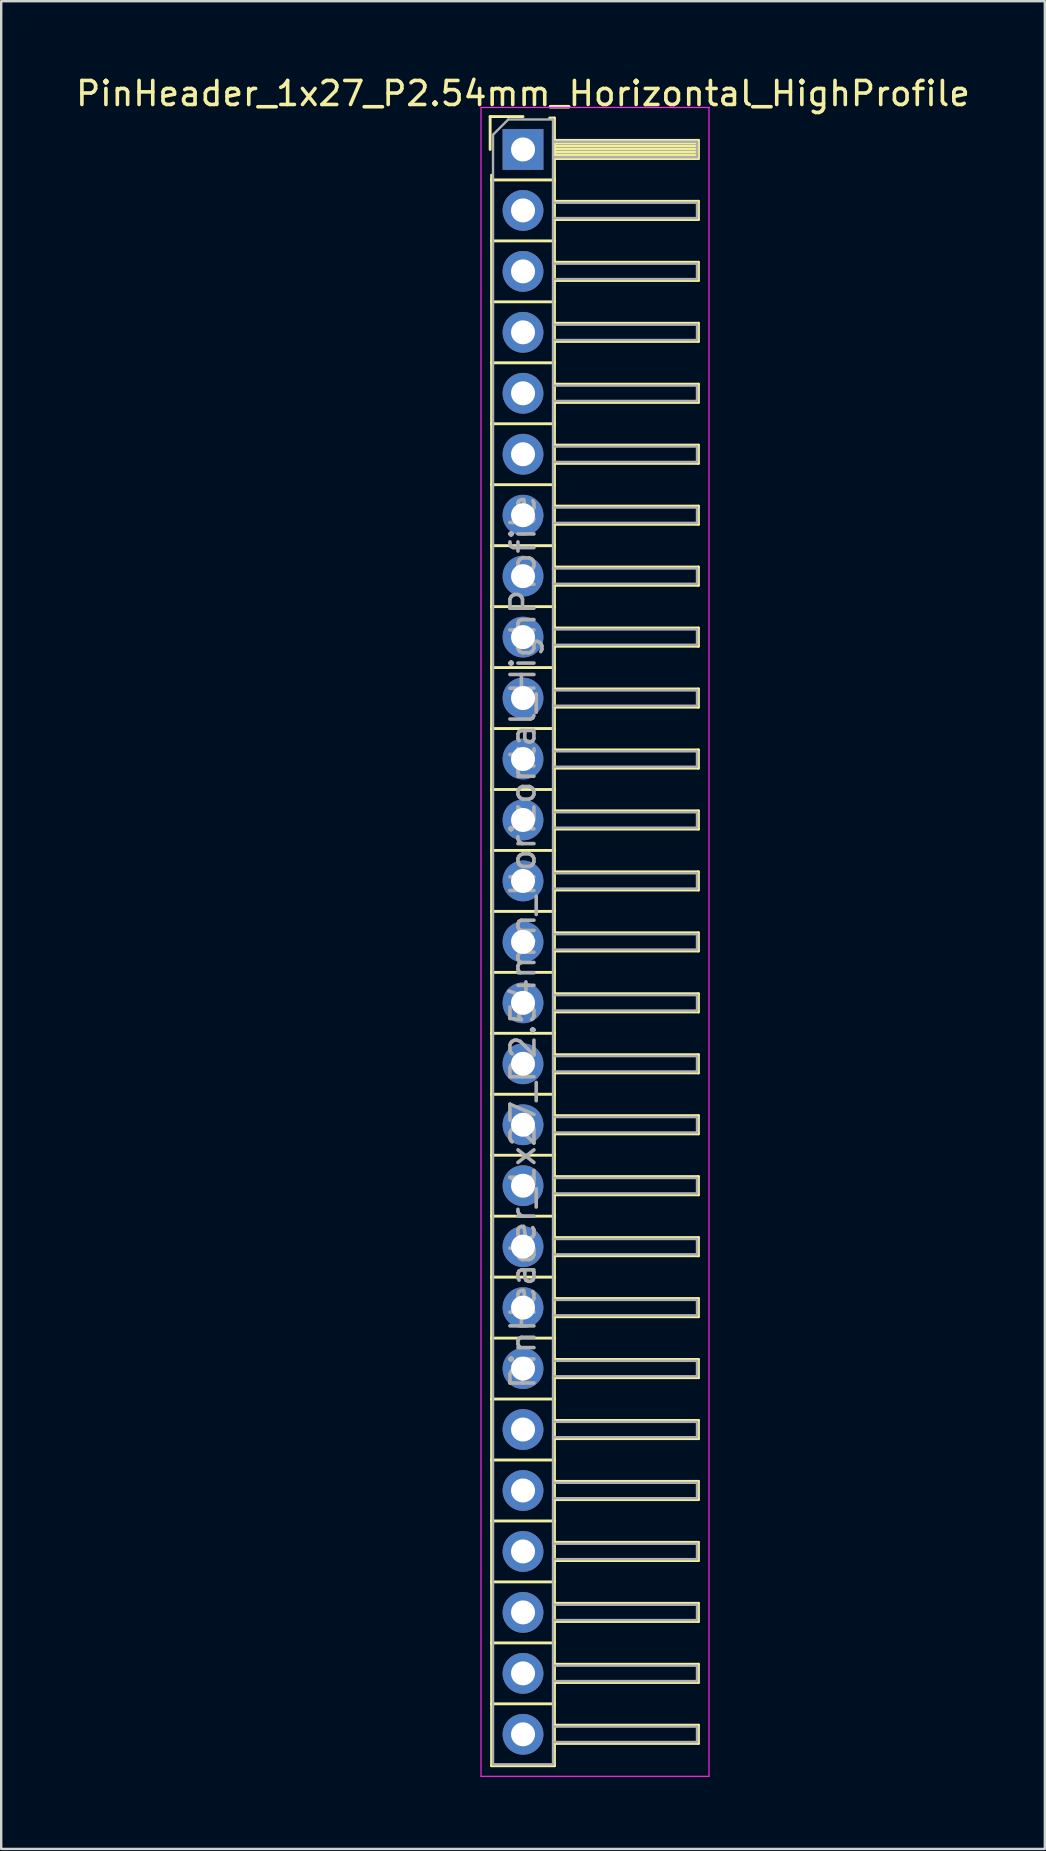
<source format=kicad_pcb>
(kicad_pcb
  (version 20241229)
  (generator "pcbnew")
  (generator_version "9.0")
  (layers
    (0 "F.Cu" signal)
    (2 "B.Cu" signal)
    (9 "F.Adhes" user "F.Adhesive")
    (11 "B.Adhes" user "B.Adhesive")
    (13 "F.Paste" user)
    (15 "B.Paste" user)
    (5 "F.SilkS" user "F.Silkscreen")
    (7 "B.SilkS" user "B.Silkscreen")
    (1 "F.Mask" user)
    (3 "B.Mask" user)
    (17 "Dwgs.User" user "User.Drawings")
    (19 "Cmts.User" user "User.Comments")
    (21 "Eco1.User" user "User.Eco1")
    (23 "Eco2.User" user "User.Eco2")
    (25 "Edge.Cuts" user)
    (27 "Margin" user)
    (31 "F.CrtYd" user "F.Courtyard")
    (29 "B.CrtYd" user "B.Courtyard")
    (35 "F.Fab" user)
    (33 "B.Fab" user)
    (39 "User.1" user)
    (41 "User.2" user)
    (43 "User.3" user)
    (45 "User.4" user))
  (footprint "PinHeader_1x27_P2.54mm_Horizontal_HighProfile"
    (layer "F.Cu")
    (at 18.744 3.178)
    (property "Reference" "PinHeader_1x27_P2.54mm_Horizontal_HighProfile" (at 0 -2.33 0) (layer "F.SilkS") (effects (font (size 1 1) (thickness 0.15))))
    (attr through_hole)
    (fp_line (start -1.37 -1.37) (end -1.37 0) (stroke (width 0.12) (type solid)) (layer "F.SilkS"))
    (fp_line (start -1.37 -1.37) (end 0 -1.37) (stroke (width 0.12) (type solid)) (layer "F.SilkS"))
    (fp_line (start -1.31 1.27) (end -1.31 1.07) (stroke (width 0.12) (type solid)) (layer "F.SilkS"))
    (fp_line (start -1.31 1.27) (end -1.31 3.81) (stroke (width 0.12) (type solid)) (layer "F.SilkS"))
    (fp_line (start -1.31 1.27) (end 1.31 1.27) (stroke (width 0.12) (type solid)) (layer "F.SilkS"))
    (fp_line (start -1.31 3.81) (end -1.31 6.35) (stroke (width 0.12) (type solid)) (layer "F.SilkS"))
    (fp_line (start -1.31 3.81) (end 1.31 3.81) (stroke (width 0.12) (type solid)) (layer "F.SilkS"))
    (fp_line (start -1.31 6.35) (end -1.31 8.89) (stroke (width 0.12) (type solid)) (layer "F.SilkS"))
    (fp_line (start -1.31 6.35) (end 1.31 6.35) (stroke (width 0.12) (type solid)) (layer "F.SilkS"))
    (fp_line (start -1.31 8.89) (end -1.31 11.43) (stroke (width 0.12) (type solid)) (layer "F.SilkS"))
    (fp_line (start -1.31 8.89) (end 1.31 8.89) (stroke (width 0.12) (type solid)) (layer "F.SilkS"))
    (fp_line (start -1.31 11.43) (end -1.31 13.97) (stroke (width 0.12) (type solid)) (layer "F.SilkS"))
    (fp_line (start -1.31 11.43) (end 1.31 11.43) (stroke (width 0.12) (type solid)) (layer "F.SilkS"))
    (fp_line (start -1.31 13.97) (end -1.31 16.51) (stroke (width 0.12) (type solid)) (layer "F.SilkS"))
    (fp_line (start -1.31 13.97) (end 1.31 13.97) (stroke (width 0.12) (type solid)) (layer "F.SilkS"))
    (fp_line (start -1.31 16.51) (end -1.31 19.05) (stroke (width 0.12) (type solid)) (layer "F.SilkS"))
    (fp_line (start -1.31 16.51) (end 1.31 16.51) (stroke (width 0.12) (type solid)) (layer "F.SilkS"))
    (fp_line (start -1.31 19.05) (end -1.31 21.59) (stroke (width 0.12) (type solid)) (layer "F.SilkS"))
    (fp_line (start -1.31 19.05) (end 1.31 19.05) (stroke (width 0.12) (type solid)) (layer "F.SilkS"))
    (fp_line (start -1.31 21.59) (end -1.31 24.13) (stroke (width 0.12) (type solid)) (layer "F.SilkS"))
    (fp_line (start -1.31 21.59) (end 1.31 21.59) (stroke (width 0.12) (type solid)) (layer "F.SilkS"))
    (fp_line (start -1.31 24.13) (end -1.31 26.67) (stroke (width 0.12) (type solid)) (layer "F.SilkS"))
    (fp_line (start -1.31 24.13) (end 1.31 24.13) (stroke (width 0.12) (type solid)) (layer "F.SilkS"))
    (fp_line (start -1.31 26.67) (end -1.31 29.21) (stroke (width 0.12) (type solid)) (layer "F.SilkS"))
    (fp_line (start -1.31 26.67) (end 1.31 26.67) (stroke (width 0.12) (type solid)) (layer "F.SilkS"))
    (fp_line (start -1.31 29.21) (end -1.31 31.75) (stroke (width 0.12) (type solid)) (layer "F.SilkS"))
    (fp_line (start -1.31 29.21) (end 1.31 29.21) (stroke (width 0.12) (type solid)) (layer "F.SilkS"))
    (fp_line (start -1.31 31.75) (end -1.31 34.29) (stroke (width 0.12) (type solid)) (layer "F.SilkS"))
    (fp_line (start -1.31 31.75) (end 1.31 31.75) (stroke (width 0.12) (type solid)) (layer "F.SilkS"))
    (fp_line (start -1.31 34.29) (end -1.31 36.83) (stroke (width 0.12) (type solid)) (layer "F.SilkS"))
    (fp_line (start -1.31 34.29) (end 1.31 34.29) (stroke (width 0.12) (type solid)) (layer "F.SilkS"))
    (fp_line (start -1.31 36.83) (end -1.31 39.37) (stroke (width 0.12) (type solid)) (layer "F.SilkS"))
    (fp_line (start -1.31 36.83) (end 1.31 36.83) (stroke (width 0.12) (type solid)) (layer "F.SilkS"))
    (fp_line (start -1.31 39.37) (end -1.31 41.91) (stroke (width 0.12) (type solid)) (layer "F.SilkS"))
    (fp_line (start -1.31 39.37) (end 1.31 39.37) (stroke (width 0.12) (type solid)) (layer "F.SilkS"))
    (fp_line (start -1.31 41.91) (end -1.31 44.45) (stroke (width 0.12) (type solid)) (layer "F.SilkS"))
    (fp_line (start -1.31 41.91) (end 1.31 41.91) (stroke (width 0.12) (type solid)) (layer "F.SilkS"))
    (fp_line (start -1.31 44.45) (end -1.31 46.99) (stroke (width 0.12) (type solid)) (layer "F.SilkS"))
    (fp_line (start -1.31 44.45) (end 1.31 44.45) (stroke (width 0.12) (type solid)) (layer "F.SilkS"))
    (fp_line (start -1.31 46.99) (end -1.31 49.53) (stroke (width 0.12) (type solid)) (layer "F.SilkS"))
    (fp_line (start -1.31 46.99) (end 1.31 46.99) (stroke (width 0.12) (type solid)) (layer "F.SilkS"))
    (fp_line (start -1.31 49.53) (end -1.31 52.07) (stroke (width 0.12) (type solid)) (layer "F.SilkS"))
    (fp_line (start -1.31 49.53) (end 1.31 49.53) (stroke (width 0.12) (type solid)) (layer "F.SilkS"))
    (fp_line (start -1.31 52.07) (end -1.31 54.61) (stroke (width 0.12) (type solid)) (layer "F.SilkS"))
    (fp_line (start -1.31 52.07) (end 1.31 52.07) (stroke (width 0.12) (type solid)) (layer "F.SilkS"))
    (fp_line (start -1.31 54.61) (end -1.31 57.15) (stroke (width 0.12) (type solid)) (layer "F.SilkS"))
    (fp_line (start -1.31 54.61) (end 1.31 54.61) (stroke (width 0.12) (type solid)) (layer "F.SilkS"))
    (fp_line (start -1.31 57.15) (end -1.31 59.69) (stroke (width 0.12) (type solid)) (layer "F.SilkS"))
    (fp_line (start -1.31 57.15) (end 1.31 57.15) (stroke (width 0.12) (type solid)) (layer "F.SilkS"))
    (fp_line (start -1.31 59.69) (end -1.31 62.23) (stroke (width 0.12) (type solid)) (layer "F.SilkS"))
    (fp_line (start -1.31 59.69) (end 1.31 59.69) (stroke (width 0.12) (type solid)) (layer "F.SilkS"))
    (fp_line (start -1.31 62.23) (end -1.31 64.77) (stroke (width 0.12) (type solid)) (layer "F.SilkS"))
    (fp_line (start -1.31 62.23) (end 1.31 62.23) (stroke (width 0.12) (type solid)) (layer "F.SilkS"))
    (fp_line (start -1.31 64.77) (end -1.31 67.35) (stroke (width 0.12) (type solid)) (layer "F.SilkS"))
    (fp_line (start -1.31 64.77) (end 1.31 64.77) (stroke (width 0.12) (type solid)) (layer "F.SilkS"))
    (fp_line (start -1.31 67.35) (end 1.31 67.35) (stroke (width 0.12) (type solid)) (layer "F.SilkS"))
    (fp_line (start 1.11 -1.31) (end 1.31 -1.31) (stroke (width 0.12) (type solid)) (layer "F.SilkS"))
    (fp_line (start 1.31 -1.31) (end 1.31 1.31) (stroke (width 0.12) (type solid)) (layer "F.SilkS"))
    (fp_line (start 1.31 -0.38) (end 7.31 -0.38) (stroke (width 0.12) (type solid)) (layer "F.SilkS"))
    (fp_line (start 1.31 -0.26) (end 7.31 -0.26) (stroke (width 0.12) (type solid)) (layer "F.SilkS"))
    (fp_line (start 1.31 -0.14) (end 7.31 -0.14) (stroke (width 0.12) (type solid)) (layer "F.SilkS"))
    (fp_line (start 1.31 -0.02) (end 7.31 -0.02) (stroke (width 0.12) (type solid)) (layer "F.SilkS"))
    (fp_line (start 1.31 0.1) (end 7.31 0.1) (stroke (width 0.12) (type solid)) (layer "F.SilkS"))
    (fp_line (start 1.31 0.22) (end 7.31 0.22) (stroke (width 0.12) (type solid)) (layer "F.SilkS"))
    (fp_line (start 1.31 0.34) (end 7.31 0.34) (stroke (width 0.12) (type solid)) (layer "F.SilkS"))
    (fp_line (start 1.31 0.38) (end 7.31 0.38) (stroke (width 0.12) (type solid)) (layer "F.SilkS"))
    (fp_line (start 1.31 1.27) (end 1.31 3.81) (stroke (width 0.12) (type solid)) (layer "F.SilkS"))
    (fp_line (start 1.31 2.16) (end 7.31 2.16) (stroke (width 0.12) (type solid)) (layer "F.SilkS"))
    (fp_line (start 1.31 2.92) (end 7.31 2.92) (stroke (width 0.12) (type solid)) (layer "F.SilkS"))
    (fp_line (start 1.31 3.81) (end 1.31 6.35) (stroke (width 0.12) (type solid)) (layer "F.SilkS"))
    (fp_line (start 1.31 4.7) (end 7.31 4.7) (stroke (width 0.12) (type solid)) (layer "F.SilkS"))
    (fp_line (start 1.31 5.46) (end 7.31 5.46) (stroke (width 0.12) (type solid)) (layer "F.SilkS"))
    (fp_line (start 1.31 6.35) (end 1.31 8.89) (stroke (width 0.12) (type solid)) (layer "F.SilkS"))
    (fp_line (start 1.31 7.24) (end 7.31 7.24) (stroke (width 0.12) (type solid)) (layer "F.SilkS"))
    (fp_line (start 1.31 8) (end 7.31 8) (stroke (width 0.12) (type solid)) (layer "F.SilkS"))
    (fp_line (start 1.31 8.89) (end 1.31 11.43) (stroke (width 0.12) (type solid)) (layer "F.SilkS"))
    (fp_line (start 1.31 9.78) (end 7.31 9.78) (stroke (width 0.12) (type solid)) (layer "F.SilkS"))
    (fp_line (start 1.31 10.54) (end 7.31 10.54) (stroke (width 0.12) (type solid)) (layer "F.SilkS"))
    (fp_line (start 1.31 11.43) (end 1.31 13.97) (stroke (width 0.12) (type solid)) (layer "F.SilkS"))
    (fp_line (start 1.31 12.32) (end 7.31 12.32) (stroke (width 0.12) (type solid)) (layer "F.SilkS"))
    (fp_line (start 1.31 13.08) (end 7.31 13.08) (stroke (width 0.12) (type solid)) (layer "F.SilkS"))
    (fp_line (start 1.31 13.97) (end 1.31 16.51) (stroke (width 0.12) (type solid)) (layer "F.SilkS"))
    (fp_line (start 1.31 14.86) (end 7.31 14.86) (stroke (width 0.12) (type solid)) (layer "F.SilkS"))
    (fp_line (start 1.31 15.62) (end 7.31 15.62) (stroke (width 0.12) (type solid)) (layer "F.SilkS"))
    (fp_line (start 1.31 16.51) (end 1.31 19.05) (stroke (width 0.12) (type solid)) (layer "F.SilkS"))
    (fp_line (start 1.31 17.4) (end 7.31 17.4) (stroke (width 0.12) (type solid)) (layer "F.SilkS"))
    (fp_line (start 1.31 18.16) (end 7.31 18.16) (stroke (width 0.12) (type solid)) (layer "F.SilkS"))
    (fp_line (start 1.31 19.05) (end 1.31 21.59) (stroke (width 0.12) (type solid)) (layer "F.SilkS"))
    (fp_line (start 1.31 19.94) (end 7.31 19.94) (stroke (width 0.12) (type solid)) (layer "F.SilkS"))
    (fp_line (start 1.31 20.7) (end 7.31 20.7) (stroke (width 0.12) (type solid)) (layer "F.SilkS"))
    (fp_line (start 1.31 21.59) (end 1.31 24.13) (stroke (width 0.12) (type solid)) (layer "F.SilkS"))
    (fp_line (start 1.31 22.48) (end 7.31 22.48) (stroke (width 0.12) (type solid)) (layer "F.SilkS"))
    (fp_line (start 1.31 23.24) (end 7.31 23.24) (stroke (width 0.12) (type solid)) (layer "F.SilkS"))
    (fp_line (start 1.31 24.13) (end 1.31 26.67) (stroke (width 0.12) (type solid)) (layer "F.SilkS"))
    (fp_line (start 1.31 25.02) (end 7.31 25.02) (stroke (width 0.12) (type solid)) (layer "F.SilkS"))
    (fp_line (start 1.31 25.78) (end 7.31 25.78) (stroke (width 0.12) (type solid)) (layer "F.SilkS"))
    (fp_line (start 1.31 26.67) (end 1.31 29.21) (stroke (width 0.12) (type solid)) (layer "F.SilkS"))
    (fp_line (start 1.31 27.56) (end 7.31 27.56) (stroke (width 0.12) (type solid)) (layer "F.SilkS"))
    (fp_line (start 1.31 28.32) (end 7.31 28.32) (stroke (width 0.12) (type solid)) (layer "F.SilkS"))
    (fp_line (start 1.31 29.21) (end 1.31 31.75) (stroke (width 0.12) (type solid)) (layer "F.SilkS"))
    (fp_line (start 1.31 30.1) (end 7.31 30.1) (stroke (width 0.12) (type solid)) (layer "F.SilkS"))
    (fp_line (start 1.31 30.86) (end 7.31 30.86) (stroke (width 0.12) (type solid)) (layer "F.SilkS"))
    (fp_line (start 1.31 31.75) (end 1.31 34.29) (stroke (width 0.12) (type solid)) (layer "F.SilkS"))
    (fp_line (start 1.31 32.64) (end 7.31 32.64) (stroke (width 0.12) (type solid)) (layer "F.SilkS"))
    (fp_line (start 1.31 33.4) (end 7.31 33.4) (stroke (width 0.12) (type solid)) (layer "F.SilkS"))
    (fp_line (start 1.31 34.29) (end 1.31 36.83) (stroke (width 0.12) (type solid)) (layer "F.SilkS"))
    (fp_line (start 1.31 35.18) (end 7.31 35.18) (stroke (width 0.12) (type solid)) (layer "F.SilkS"))
    (fp_line (start 1.31 35.94) (end 7.31 35.94) (stroke (width 0.12) (type solid)) (layer "F.SilkS"))
    (fp_line (start 1.31 36.83) (end 1.31 39.37) (stroke (width 0.12) (type solid)) (layer "F.SilkS"))
    (fp_line (start 1.31 37.72) (end 7.31 37.72) (stroke (width 0.12) (type solid)) (layer "F.SilkS"))
    (fp_line (start 1.31 38.48) (end 7.31 38.48) (stroke (width 0.12) (type solid)) (layer "F.SilkS"))
    (fp_line (start 1.31 39.37) (end 1.31 41.91) (stroke (width 0.12) (type solid)) (layer "F.SilkS"))
    (fp_line (start 1.31 40.26) (end 7.31 40.26) (stroke (width 0.12) (type solid)) (layer "F.SilkS"))
    (fp_line (start 1.31 41.02) (end 7.31 41.02) (stroke (width 0.12) (type solid)) (layer "F.SilkS"))
    (fp_line (start 1.31 41.91) (end 1.31 44.45) (stroke (width 0.12) (type solid)) (layer "F.SilkS"))
    (fp_line (start 1.31 42.8) (end 7.31 42.8) (stroke (width 0.12) (type solid)) (layer "F.SilkS"))
    (fp_line (start 1.31 43.56) (end 7.31 43.56) (stroke (width 0.12) (type solid)) (layer "F.SilkS"))
    (fp_line (start 1.31 44.45) (end 1.31 46.99) (stroke (width 0.12) (type solid)) (layer "F.SilkS"))
    (fp_line (start 1.31 45.34) (end 7.31 45.34) (stroke (width 0.12) (type solid)) (layer "F.SilkS"))
    (fp_line (start 1.31 46.1) (end 7.31 46.1) (stroke (width 0.12) (type solid)) (layer "F.SilkS"))
    (fp_line (start 1.31 46.99) (end 1.31 49.53) (stroke (width 0.12) (type solid)) (layer "F.SilkS"))
    (fp_line (start 1.31 47.88) (end 7.31 47.88) (stroke (width 0.12) (type solid)) (layer "F.SilkS"))
    (fp_line (start 1.31 48.64) (end 7.31 48.64) (stroke (width 0.12) (type solid)) (layer "F.SilkS"))
    (fp_line (start 1.31 49.53) (end 1.31 52.07) (stroke (width 0.12) (type solid)) (layer "F.SilkS"))
    (fp_line (start 1.31 50.42) (end 7.31 50.42) (stroke (width 0.12) (type solid)) (layer "F.SilkS"))
    (fp_line (start 1.31 51.18) (end 7.31 51.18) (stroke (width 0.12) (type solid)) (layer "F.SilkS"))
    (fp_line (start 1.31 52.07) (end 1.31 54.61) (stroke (width 0.12) (type solid)) (layer "F.SilkS"))
    (fp_line (start 1.31 52.96) (end 7.31 52.96) (stroke (width 0.12) (type solid)) (layer "F.SilkS"))
    (fp_line (start 1.31 53.72) (end 7.31 53.72) (stroke (width 0.12) (type solid)) (layer "F.SilkS"))
    (fp_line (start 1.31 54.61) (end 1.31 57.15) (stroke (width 0.12) (type solid)) (layer "F.SilkS"))
    (fp_line (start 1.31 55.5) (end 7.31 55.5) (stroke (width 0.12) (type solid)) (layer "F.SilkS"))
    (fp_line (start 1.31 56.26) (end 7.31 56.26) (stroke (width 0.12) (type solid)) (layer "F.SilkS"))
    (fp_line (start 1.31 57.15) (end 1.31 59.69) (stroke (width 0.12) (type solid)) (layer "F.SilkS"))
    (fp_line (start 1.31 58.04) (end 7.31 58.04) (stroke (width 0.12) (type solid)) (layer "F.SilkS"))
    (fp_line (start 1.31 58.8) (end 7.31 58.8) (stroke (width 0.12) (type solid)) (layer "F.SilkS"))
    (fp_line (start 1.31 59.69) (end 1.31 62.23) (stroke (width 0.12) (type solid)) (layer "F.SilkS"))
    (fp_line (start 1.31 60.58) (end 7.31 60.58) (stroke (width 0.12) (type solid)) (layer "F.SilkS"))
    (fp_line (start 1.31 61.34) (end 7.31 61.34) (stroke (width 0.12) (type solid)) (layer "F.SilkS"))
    (fp_line (start 1.31 62.23) (end 1.31 64.77) (stroke (width 0.12) (type solid)) (layer "F.SilkS"))
    (fp_line (start 1.31 63.12) (end 7.31 63.12) (stroke (width 0.12) (type solid)) (layer "F.SilkS"))
    (fp_line (start 1.31 63.88) (end 7.31 63.88) (stroke (width 0.12) (type solid)) (layer "F.SilkS"))
    (fp_line (start 1.31 64.77) (end 1.31 67.35) (stroke (width 0.12) (type solid)) (layer "F.SilkS"))
    (fp_line (start 1.31 65.66) (end 7.31 65.66) (stroke (width 0.12) (type solid)) (layer "F.SilkS"))
    (fp_line (start 1.31 66.42) (end 7.31 66.42) (stroke (width 0.12) (type solid)) (layer "F.SilkS"))
    (fp_line (start 7.31 -0.38) (end 7.31 0.38) (stroke (width 0.12) (type solid)) (layer "F.SilkS"))
    (fp_line (start 7.31 2.16) (end 7.31 2.92) (stroke (width 0.12) (type solid)) (layer "F.SilkS"))
    (fp_line (start 7.31 4.7) (end 7.31 5.46) (stroke (width 0.12) (type solid)) (layer "F.SilkS"))
    (fp_line (start 7.31 7.24) (end 7.31 8) (stroke (width 0.12) (type solid)) (layer "F.SilkS"))
    (fp_line (start 7.31 9.78) (end 7.31 10.54) (stroke (width 0.12) (type solid)) (layer "F.SilkS"))
    (fp_line (start 7.31 12.32) (end 7.31 13.08) (stroke (width 0.12) (type solid)) (layer "F.SilkS"))
    (fp_line (start 7.31 14.86) (end 7.31 15.62) (stroke (width 0.12) (type solid)) (layer "F.SilkS"))
    (fp_line (start 7.31 17.4) (end 7.31 18.16) (stroke (width 0.12) (type solid)) (layer "F.SilkS"))
    (fp_line (start 7.31 19.94) (end 7.31 20.7) (stroke (width 0.12) (type solid)) (layer "F.SilkS"))
    (fp_line (start 7.31 22.48) (end 7.31 23.24) (stroke (width 0.12) (type solid)) (layer "F.SilkS"))
    (fp_line (start 7.31 25.02) (end 7.31 25.78) (stroke (width 0.12) (type solid)) (layer "F.SilkS"))
    (fp_line (start 7.31 27.56) (end 7.31 28.32) (stroke (width 0.12) (type solid)) (layer "F.SilkS"))
    (fp_line (start 7.31 30.1) (end 7.31 30.86) (stroke (width 0.12) (type solid)) (layer "F.SilkS"))
    (fp_line (start 7.31 32.64) (end 7.31 33.4) (stroke (width 0.12) (type solid)) (layer "F.SilkS"))
    (fp_line (start 7.31 35.18) (end 7.31 35.94) (stroke (width 0.12) (type solid)) (layer "F.SilkS"))
    (fp_line (start 7.31 37.72) (end 7.31 38.48) (stroke (width 0.12) (type solid)) (layer "F.SilkS"))
    (fp_line (start 7.31 40.26) (end 7.31 41.02) (stroke (width 0.12) (type solid)) (layer "F.SilkS"))
    (fp_line (start 7.31 42.8) (end 7.31 43.56) (stroke (width 0.12) (type solid)) (layer "F.SilkS"))
    (fp_line (start 7.31 45.34) (end 7.31 46.1) (stroke (width 0.12) (type solid)) (layer "F.SilkS"))
    (fp_line (start 7.31 47.88) (end 7.31 48.64) (stroke (width 0.12) (type solid)) (layer "F.SilkS"))
    (fp_line (start 7.31 50.42) (end 7.31 51.18) (stroke (width 0.12) (type solid)) (layer "F.SilkS"))
    (fp_line (start 7.31 52.96) (end 7.31 53.72) (stroke (width 0.12) (type solid)) (layer "F.SilkS"))
    (fp_line (start 7.31 55.5) (end 7.31 56.26) (stroke (width 0.12) (type solid)) (layer "F.SilkS"))
    (fp_line (start 7.31 58.04) (end 7.31 58.8) (stroke (width 0.12) (type solid)) (layer "F.SilkS"))
    (fp_line (start 7.31 60.58) (end 7.31 61.34) (stroke (width 0.12) (type solid)) (layer "F.SilkS"))
    (fp_line (start 7.31 63.12) (end 7.31 63.88) (stroke (width 0.12) (type solid)) (layer "F.SilkS"))
    (fp_line (start 7.31 65.66) (end 7.31 66.42) (stroke (width 0.12) (type solid)) (layer "F.SilkS"))
    (fp_line (start -1.75 -1.75) (end -1.75 67.79) (stroke (width 0.05) (type solid)) (layer "F.CrtYd"))
    (fp_line (start -1.75 -1.75) (end 7.75 -1.75) (stroke (width 0.05) (type solid)) (layer "F.CrtYd"))
    (fp_line (start -1.75 67.79) (end 7.75 67.79) (stroke (width 0.05) (type solid)) (layer "F.CrtYd"))
    (fp_line (start 7.75 -1.75) (end 7.75 67.79) (stroke (width 0.05) (type solid)) (layer "F.CrtYd"))
    (fp_line (start -1.25 -0.615) (end -1.25 67.29) (stroke (width 0.1) (type solid)) (layer "F.Fab"))
    (fp_line (start -1.25 -0.615) (end -0.615 -1.25) (stroke (width 0.1) (type solid)) (layer "F.Fab"))
    (fp_line (start -1.25 67.29) (end 1.25 67.29) (stroke (width 0.1) (type solid)) (layer "F.Fab"))
    (fp_line (start -0.615 -1.25) (end 1.25 -1.25) (stroke (width 0.1) (type solid)) (layer "F.Fab"))
    (fp_line (start 1.25 -1.25) (end 1.25 67.29) (stroke (width 0.1) (type solid)) (layer "F.Fab"))
    (fp_line (start 1.25 -0.32) (end 7.25 -0.32) (stroke (width 0.1) (type solid)) (layer "F.Fab"))
    (fp_line (start 1.25 0.32) (end 7.25 0.32) (stroke (width 0.1) (type solid)) (layer "F.Fab"))
    (fp_line (start 1.25 2.22) (end 7.25 2.22) (stroke (width 0.1) (type solid)) (layer "F.Fab"))
    (fp_line (start 1.25 2.86) (end 7.25 2.86) (stroke (width 0.1) (type solid)) (layer "F.Fab"))
    (fp_line (start 1.25 4.76) (end 7.25 4.76) (stroke (width 0.1) (type solid)) (layer "F.Fab"))
    (fp_line (start 1.25 5.4) (end 7.25 5.4) (stroke (width 0.1) (type solid)) (layer "F.Fab"))
    (fp_line (start 1.25 7.3) (end 7.25 7.3) (stroke (width 0.1) (type solid)) (layer "F.Fab"))
    (fp_line (start 1.25 7.94) (end 7.25 7.94) (stroke (width 0.1) (type solid)) (layer "F.Fab"))
    (fp_line (start 1.25 9.84) (end 7.25 9.84) (stroke (width 0.1) (type solid)) (layer "F.Fab"))
    (fp_line (start 1.25 10.48) (end 7.25 10.48) (stroke (width 0.1) (type solid)) (layer "F.Fab"))
    (fp_line (start 1.25 12.38) (end 7.25 12.38) (stroke (width 0.1) (type solid)) (layer "F.Fab"))
    (fp_line (start 1.25 13.02) (end 7.25 13.02) (stroke (width 0.1) (type solid)) (layer "F.Fab"))
    (fp_line (start 1.25 14.92) (end 7.25 14.92) (stroke (width 0.1) (type solid)) (layer "F.Fab"))
    (fp_line (start 1.25 15.56) (end 7.25 15.56) (stroke (width 0.1) (type solid)) (layer "F.Fab"))
    (fp_line (start 1.25 17.46) (end 7.25 17.46) (stroke (width 0.1) (type solid)) (layer "F.Fab"))
    (fp_line (start 1.25 18.1) (end 7.25 18.1) (stroke (width 0.1) (type solid)) (layer "F.Fab"))
    (fp_line (start 1.25 20) (end 7.25 20) (stroke (width 0.1) (type solid)) (layer "F.Fab"))
    (fp_line (start 1.25 20.64) (end 7.25 20.64) (stroke (width 0.1) (type solid)) (layer "F.Fab"))
    (fp_line (start 1.25 22.54) (end 7.25 22.54) (stroke (width 0.1) (type solid)) (layer "F.Fab"))
    (fp_line (start 1.25 23.18) (end 7.25 23.18) (stroke (width 0.1) (type solid)) (layer "F.Fab"))
    (fp_line (start 1.25 25.08) (end 7.25 25.08) (stroke (width 0.1) (type solid)) (layer "F.Fab"))
    (fp_line (start 1.25 25.72) (end 7.25 25.72) (stroke (width 0.1) (type solid)) (layer "F.Fab"))
    (fp_line (start 1.25 27.62) (end 7.25 27.62) (stroke (width 0.1) (type solid)) (layer "F.Fab"))
    (fp_line (start 1.25 28.26) (end 7.25 28.26) (stroke (width 0.1) (type solid)) (layer "F.Fab"))
    (fp_line (start 1.25 30.16) (end 7.25 30.16) (stroke (width 0.1) (type solid)) (layer "F.Fab"))
    (fp_line (start 1.25 30.8) (end 7.25 30.8) (stroke (width 0.1) (type solid)) (layer "F.Fab"))
    (fp_line (start 1.25 32.7) (end 7.25 32.7) (stroke (width 0.1) (type solid)) (layer "F.Fab"))
    (fp_line (start 1.25 33.34) (end 7.25 33.34) (stroke (width 0.1) (type solid)) (layer "F.Fab"))
    (fp_line (start 1.25 35.24) (end 7.25 35.24) (stroke (width 0.1) (type solid)) (layer "F.Fab"))
    (fp_line (start 1.25 35.88) (end 7.25 35.88) (stroke (width 0.1) (type solid)) (layer "F.Fab"))
    (fp_line (start 1.25 37.78) (end 7.25 37.78) (stroke (width 0.1) (type solid)) (layer "F.Fab"))
    (fp_line (start 1.25 38.42) (end 7.25 38.42) (stroke (width 0.1) (type solid)) (layer "F.Fab"))
    (fp_line (start 1.25 40.32) (end 7.25 40.32) (stroke (width 0.1) (type solid)) (layer "F.Fab"))
    (fp_line (start 1.25 40.96) (end 7.25 40.96) (stroke (width 0.1) (type solid)) (layer "F.Fab"))
    (fp_line (start 1.25 42.86) (end 7.25 42.86) (stroke (width 0.1) (type solid)) (layer "F.Fab"))
    (fp_line (start 1.25 43.5) (end 7.25 43.5) (stroke (width 0.1) (type solid)) (layer "F.Fab"))
    (fp_line (start 1.25 45.4) (end 7.25 45.4) (stroke (width 0.1) (type solid)) (layer "F.Fab"))
    (fp_line (start 1.25 46.04) (end 7.25 46.04) (stroke (width 0.1) (type solid)) (layer "F.Fab"))
    (fp_line (start 1.25 47.94) (end 7.25 47.94) (stroke (width 0.1) (type solid)) (layer "F.Fab"))
    (fp_line (start 1.25 48.58) (end 7.25 48.58) (stroke (width 0.1) (type solid)) (layer "F.Fab"))
    (fp_line (start 1.25 50.48) (end 7.25 50.48) (stroke (width 0.1) (type solid)) (layer "F.Fab"))
    (fp_line (start 1.25 51.12) (end 7.25 51.12) (stroke (width 0.1) (type solid)) (layer "F.Fab"))
    (fp_line (start 1.25 53.02) (end 7.25 53.02) (stroke (width 0.1) (type solid)) (layer "F.Fab"))
    (fp_line (start 1.25 53.66) (end 7.25 53.66) (stroke (width 0.1) (type solid)) (layer "F.Fab"))
    (fp_line (start 1.25 55.56) (end 7.25 55.56) (stroke (width 0.1) (type solid)) (layer "F.Fab"))
    (fp_line (start 1.25 56.2) (end 7.25 56.2) (stroke (width 0.1) (type solid)) (layer "F.Fab"))
    (fp_line (start 1.25 58.1) (end 7.25 58.1) (stroke (width 0.1) (type solid)) (layer "F.Fab"))
    (fp_line (start 1.25 58.74) (end 7.25 58.74) (stroke (width 0.1) (type solid)) (layer "F.Fab"))
    (fp_line (start 1.25 60.64) (end 7.25 60.64) (stroke (width 0.1) (type solid)) (layer "F.Fab"))
    (fp_line (start 1.25 61.28) (end 7.25 61.28) (stroke (width 0.1) (type solid)) (layer "F.Fab"))
    (fp_line (start 1.25 63.18) (end 7.25 63.18) (stroke (width 0.1) (type solid)) (layer "F.Fab"))
    (fp_line (start 1.25 63.82) (end 7.25 63.82) (stroke (width 0.1) (type solid)) (layer "F.Fab"))
    (fp_line (start 1.25 65.72) (end 7.25 65.72) (stroke (width 0.1) (type solid)) (layer "F.Fab"))
    (fp_line (start 1.25 66.36) (end 7.25 66.36) (stroke (width 0.1) (type solid)) (layer "F.Fab"))
    (fp_line (start 7.25 -0.32) (end 7.25 0.32) (stroke (width 0.1) (type solid)) (layer "F.Fab"))
    (fp_line (start 7.25 2.22) (end 7.25 2.86) (stroke (width 0.1) (type solid)) (layer "F.Fab"))
    (fp_line (start 7.25 4.76) (end 7.25 5.4) (stroke (width 0.1) (type solid)) (layer "F.Fab"))
    (fp_line (start 7.25 7.3) (end 7.25 7.94) (stroke (width 0.1) (type solid)) (layer "F.Fab"))
    (fp_line (start 7.25 9.84) (end 7.25 10.48) (stroke (width 0.1) (type solid)) (layer "F.Fab"))
    (fp_line (start 7.25 12.38) (end 7.25 13.02) (stroke (width 0.1) (type solid)) (layer "F.Fab"))
    (fp_line (start 7.25 14.92) (end 7.25 15.56) (stroke (width 0.1) (type solid)) (layer "F.Fab"))
    (fp_line (start 7.25 17.46) (end 7.25 18.1) (stroke (width 0.1) (type solid)) (layer "F.Fab"))
    (fp_line (start 7.25 20) (end 7.25 20.64) (stroke (width 0.1) (type solid)) (layer "F.Fab"))
    (fp_line (start 7.25 22.54) (end 7.25 23.18) (stroke (width 0.1) (type solid)) (layer "F.Fab"))
    (fp_line (start 7.25 25.08) (end 7.25 25.72) (stroke (width 0.1) (type solid)) (layer "F.Fab"))
    (fp_line (start 7.25 27.62) (end 7.25 28.26) (stroke (width 0.1) (type solid)) (layer "F.Fab"))
    (fp_line (start 7.25 30.16) (end 7.25 30.8) (stroke (width 0.1) (type solid)) (layer "F.Fab"))
    (fp_line (start 7.25 32.7) (end 7.25 33.34) (stroke (width 0.1) (type solid)) (layer "F.Fab"))
    (fp_line (start 7.25 35.24) (end 7.25 35.88) (stroke (width 0.1) (type solid)) (layer "F.Fab"))
    (fp_line (start 7.25 37.78) (end 7.25 38.42) (stroke (width 0.1) (type solid)) (layer "F.Fab"))
    (fp_line (start 7.25 40.32) (end 7.25 40.96) (stroke (width 0.1) (type solid)) (layer "F.Fab"))
    (fp_line (start 7.25 42.86) (end 7.25 43.5) (stroke (width 0.1) (type solid)) (layer "F.Fab"))
    (fp_line (start 7.25 45.4) (end 7.25 46.04) (stroke (width 0.1) (type solid)) (layer "F.Fab"))
    (fp_line (start 7.25 47.94) (end 7.25 48.58) (stroke (width 0.1) (type solid)) (layer "F.Fab"))
    (fp_line (start 7.25 50.48) (end 7.25 51.12) (stroke (width 0.1) (type solid)) (layer "F.Fab"))
    (fp_line (start 7.25 53.02) (end 7.25 53.66) (stroke (width 0.1) (type solid)) (layer "F.Fab"))
    (fp_line (start 7.25 55.56) (end 7.25 56.2) (stroke (width 0.1) (type solid)) (layer "F.Fab"))
    (fp_line (start 7.25 58.1) (end 7.25 58.74) (stroke (width 0.1) (type solid)) (layer "F.Fab"))
    (fp_line (start 7.25 60.64) (end 7.25 61.28) (stroke (width 0.1) (type solid)) (layer "F.Fab"))
    (fp_line (start 7.25 63.18) (end 7.25 63.82) (stroke (width 0.1) (type solid)) (layer "F.Fab"))
    (fp_line (start 7.25 65.72) (end 7.25 66.36) (stroke (width 0.1) (type solid)) (layer "F.Fab"))
    (fp_text user "${REFERENCE}" (at 0 33.02 90) (layer "F.Fab") (effects (font (size 1 1) (thickness 0.15))))
    (pad "1" thru_hole rect (at 0 0) (size 1.7 1.7) (drill 1) (layers "*.Cu" "*.Mask"))
    (pad "2" thru_hole oval (at 0 2.54) (size 1.7 1.7) (drill 1) (layers "*.Cu" "*.Mask"))
    (pad "3" thru_hole oval (at 0 5.08) (size 1.7 1.7) (drill 1) (layers "*.Cu" "*.Mask"))
    (pad "4" thru_hole oval (at 0 7.62) (size 1.7 1.7) (drill 1) (layers "*.Cu" "*.Mask"))
    (pad "5" thru_hole oval (at 0 10.16) (size 1.7 1.7) (drill 1) (layers "*.Cu" "*.Mask"))
    (pad "6" thru_hole oval (at 0 12.7) (size 1.7 1.7) (drill 1) (layers "*.Cu" "*.Mask"))
    (pad "7" thru_hole oval (at 0 15.24) (size 1.7 1.7) (drill 1) (layers "*.Cu" "*.Mask"))
    (pad "8" thru_hole oval (at 0 17.78) (size 1.7 1.7) (drill 1) (layers "*.Cu" "*.Mask"))
    (pad "9" thru_hole oval (at 0 20.32) (size 1.7 1.7) (drill 1) (layers "*.Cu" "*.Mask"))
    (pad "10" thru_hole oval (at 0 22.86) (size 1.7 1.7) (drill 1) (layers "*.Cu" "*.Mask"))
    (pad "11" thru_hole oval (at 0 25.4) (size 1.7 1.7) (drill 1) (layers "*.Cu" "*.Mask"))
    (pad "12" thru_hole oval (at 0 27.94) (size 1.7 1.7) (drill 1) (layers "*.Cu" "*.Mask"))
    (pad "13" thru_hole oval (at 0 30.48) (size 1.7 1.7) (drill 1) (layers "*.Cu" "*.Mask"))
    (pad "14" thru_hole oval (at 0 33.02) (size 1.7 1.7) (drill 1) (layers "*.Cu" "*.Mask"))
    (pad "15" thru_hole oval (at 0 35.56) (size 1.7 1.7) (drill 1) (layers "*.Cu" "*.Mask"))
    (pad "16" thru_hole oval (at 0 38.1) (size 1.7 1.7) (drill 1) (layers "*.Cu" "*.Mask"))
    (pad "17" thru_hole oval (at 0 40.64) (size 1.7 1.7) (drill 1) (layers "*.Cu" "*.Mask"))
    (pad "18" thru_hole oval (at 0 43.18) (size 1.7 1.7) (drill 1) (layers "*.Cu" "*.Mask"))
    (pad "19" thru_hole oval (at 0 45.72) (size 1.7 1.7) (drill 1) (layers "*.Cu" "*.Mask"))
    (pad "20" thru_hole oval (at 0 48.26) (size 1.7 1.7) (drill 1) (layers "*.Cu" "*.Mask"))
    (pad "21" thru_hole oval (at 0 50.8) (size 1.7 1.7) (drill 1) (layers "*.Cu" "*.Mask"))
    (pad "22" thru_hole oval (at 0 53.34) (size 1.7 1.7) (drill 1) (layers "*.Cu" "*.Mask"))
    (pad "23" thru_hole oval (at 0 55.88) (size 1.7 1.7) (drill 1) (layers "*.Cu" "*.Mask"))
    (pad "24" thru_hole oval (at 0 58.42) (size 1.7 1.7) (drill 1) (layers "*.Cu" "*.Mask"))
    (pad "25" thru_hole oval (at 0 60.96) (size 1.7 1.7) (drill 1) (layers "*.Cu" "*.Mask"))
    (pad "26" thru_hole oval (at 0 63.5) (size 1.7 1.7) (drill 1) (layers "*.Cu" "*.Mask"))
    (pad "27" thru_hole oval (at 0 66.04) (size 1.7 1.7) (drill 1) (layers "*.Cu" "*.Mask")))
  (gr_rect
    (start -3 -3)
    (end 40.488 73.993)
    (stroke (width 0.1) (type default))
    (fill no)
    (layer "Edge.Cuts")))
</source>
